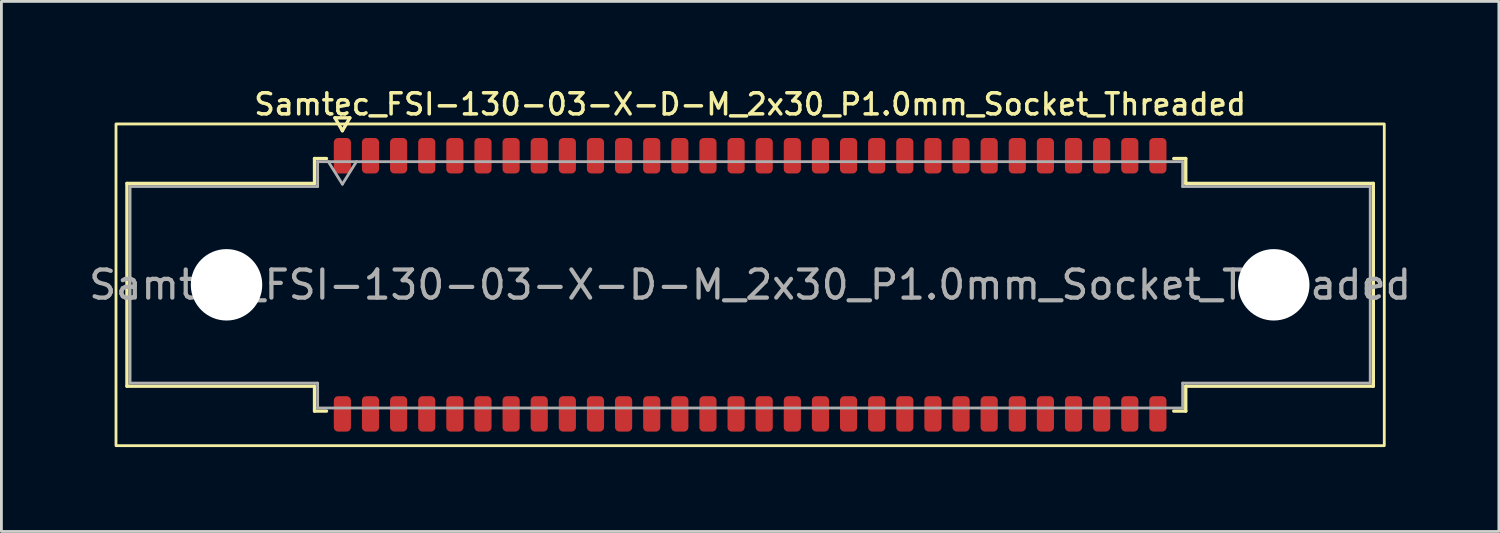
<source format=kicad_pcb>
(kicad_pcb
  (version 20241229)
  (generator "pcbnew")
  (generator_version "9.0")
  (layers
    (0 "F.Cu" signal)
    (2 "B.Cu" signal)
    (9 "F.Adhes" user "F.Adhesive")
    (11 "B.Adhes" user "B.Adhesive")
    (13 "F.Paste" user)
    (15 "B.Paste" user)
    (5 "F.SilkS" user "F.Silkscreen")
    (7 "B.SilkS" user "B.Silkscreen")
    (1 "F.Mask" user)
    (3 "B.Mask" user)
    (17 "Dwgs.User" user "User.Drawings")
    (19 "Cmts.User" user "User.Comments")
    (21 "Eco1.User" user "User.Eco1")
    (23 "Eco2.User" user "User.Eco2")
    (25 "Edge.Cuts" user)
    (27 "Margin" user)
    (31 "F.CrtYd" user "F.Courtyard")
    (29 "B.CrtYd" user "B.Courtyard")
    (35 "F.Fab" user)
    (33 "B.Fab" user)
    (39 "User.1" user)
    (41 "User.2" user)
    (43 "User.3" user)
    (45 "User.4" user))
  (footprint "Samtec_FSI-130-03-X-D-M_2x30_P1.0mm_Socket_Threaded"
    (layer "F.Cu")
    (at 23.625 7.078)
    (property "Reference" "Samtec_FSI-130-03-X-D-M_2x30_P1.0mm_Socket_Threaded" (at 0 -6.42 0) (layer "F.SilkS") (effects (font (size 0.75 0.75) (thickness 0.125))))
    (attr smd)
    (fp_line (start -22.16 -3.605) (end -15.49 -3.605) (stroke (width 0.12) (type solid)) (layer "F.SilkS"))
    (fp_line (start -22.16 3.605) (end -22.16 -3.605) (stroke (width 0.12) (type solid)) (layer "F.SilkS"))
    (fp_line (start -15.49 -4.49) (end -15.065 -4.49) (stroke (width 0.12) (type solid)) (layer "F.SilkS"))
    (fp_line (start -15.49 -3.605) (end -15.49 -4.49) (stroke (width 0.12) (type solid)) (layer "F.SilkS"))
    (fp_line (start -15.49 3.605) (end -22.16 3.605) (stroke (width 0.12) (type solid)) (layer "F.SilkS"))
    (fp_line (start -15.49 4.49) (end -15.49 3.605) (stroke (width 0.12) (type solid)) (layer "F.SilkS"))
    (fp_line (start -15.065 4.49) (end -15.49 4.49) (stroke (width 0.12) (type solid)) (layer "F.SilkS"))
    (fp_line (start -14.764 -5.938) (end -14.5 -5.48) (stroke (width 0.12) (type solid)) (layer "F.SilkS"))
    (fp_line (start -14.5 -5.48) (end -14.236 -5.938) (stroke (width 0.12) (type solid)) (layer "F.SilkS"))
    (fp_line (start -14.236 -5.938) (end -14.764 -5.938) (stroke (width 0.12) (type solid)) (layer "F.SilkS"))
    (fp_line (start 15.065 -4.49) (end 15.49 -4.49) (stroke (width 0.12) (type solid)) (layer "F.SilkS"))
    (fp_line (start 15.49 -4.49) (end 15.49 -3.605) (stroke (width 0.12) (type solid)) (layer "F.SilkS"))
    (fp_line (start 15.49 -3.605) (end 22.16 -3.605) (stroke (width 0.12) (type solid)) (layer "F.SilkS"))
    (fp_line (start 15.49 3.605) (end 15.49 4.49) (stroke (width 0.12) (type solid)) (layer "F.SilkS"))
    (fp_line (start 15.49 4.49) (end 15.065 4.49) (stroke (width 0.12) (type solid)) (layer "F.SilkS"))
    (fp_line (start 22.16 -3.605) (end 22.16 3.605) (stroke (width 0.12) (type solid)) (layer "F.SilkS"))
    (fp_line (start 22.16 3.605) (end 15.49 3.605) (stroke (width 0.12) (type solid)) (layer "F.SilkS"))
    (fp_rect (start -22.55 -5.72) (end 22.55 5.72) (stroke (width 0.1) (type solid)) (fill no) (layer "F.SilkS"))
    (fp_line (start -22.05 -3.495) (end -15.38 -3.495) (stroke (width 0.1) (type solid)) (layer "F.Fab"))
    (fp_line (start -22.05 3.495) (end -22.05 -3.495) (stroke (width 0.1) (type solid)) (layer "F.Fab"))
    (fp_line (start -15.38 -4.38) (end 15.38 -4.38) (stroke (width 0.1) (type solid)) (layer "F.Fab"))
    (fp_line (start -15.38 -3.495) (end -15.38 -4.38) (stroke (width 0.1) (type solid)) (layer "F.Fab"))
    (fp_line (start -15.38 3.495) (end -22.05 3.495) (stroke (width 0.1) (type solid)) (layer "F.Fab"))
    (fp_line (start -15.38 4.38) (end -15.38 3.495) (stroke (width 0.1) (type solid)) (layer "F.Fab"))
    (fp_line (start -15 -4.38) (end -14.5 -3.58) (stroke (width 0.1) (type solid)) (layer "F.Fab"))
    (fp_line (start -14.5 -3.58) (end -14 -4.38) (stroke (width 0.1) (type solid)) (layer "F.Fab"))
    (fp_line (start 15.38 -4.38) (end 15.38 -3.495) (stroke (width 0.1) (type solid)) (layer "F.Fab"))
    (fp_line (start 15.38 -3.495) (end 22.05 -3.495) (stroke (width 0.1) (type solid)) (layer "F.Fab"))
    (fp_line (start 15.38 3.495) (end 15.38 4.38) (stroke (width 0.1) (type solid)) (layer "F.Fab"))
    (fp_line (start 15.38 4.38) (end -15.38 4.38) (stroke (width 0.1) (type solid)) (layer "F.Fab"))
    (fp_line (start 22.05 -3.495) (end 22.05 3.495) (stroke (width 0.1) (type solid)) (layer "F.Fab"))
    (fp_line (start 22.05 3.495) (end 15.38 3.495) (stroke (width 0.1) (type solid)) (layer "F.Fab"))
    (fp_text user "${REFERENCE}" (at 0 0 0) (layer "F.Fab") (effects (font (size 1 1) (thickness 0.15))))
    (pad "" np_thru_hole circle (at -18.62 0) (size 2.54 2.54) (drill 2.54) (layers "*.Cu" "*.Mask"))
    (pad "" np_thru_hole circle (at 18.62 0) (size 2.54 2.54) (drill 2.54) (layers "*.Cu" "*.Mask"))
    (pad "1" smd roundrect (at -14.5 -4.59) (size 0.61 1.26) (layers "F.Cu" "F.Mask" "F.Paste") (roundrect_rratio 0.25))
    (pad "2" smd roundrect (at -14.5 4.59) (size 0.61 1.26) (layers "F.Cu" "F.Mask" "F.Paste") (roundrect_rratio 0.25))
    (pad "3" smd roundrect (at -13.5 -4.59) (size 0.61 1.26) (layers "F.Cu" "F.Mask" "F.Paste") (roundrect_rratio 0.25))
    (pad "4" smd roundrect (at -13.5 4.59) (size 0.61 1.26) (layers "F.Cu" "F.Mask" "F.Paste") (roundrect_rratio 0.25))
    (pad "5" smd roundrect (at -12.5 -4.59) (size 0.61 1.26) (layers "F.Cu" "F.Mask" "F.Paste") (roundrect_rratio 0.25))
    (pad "6" smd roundrect (at -12.5 4.59) (size 0.61 1.26) (layers "F.Cu" "F.Mask" "F.Paste") (roundrect_rratio 0.25))
    (pad "7" smd roundrect (at -11.5 -4.59) (size 0.61 1.26) (layers "F.Cu" "F.Mask" "F.Paste") (roundrect_rratio 0.25))
    (pad "8" smd roundrect (at -11.5 4.59) (size 0.61 1.26) (layers "F.Cu" "F.Mask" "F.Paste") (roundrect_rratio 0.25))
    (pad "9" smd roundrect (at -10.5 -4.59) (size 0.61 1.26) (layers "F.Cu" "F.Mask" "F.Paste") (roundrect_rratio 0.25))
    (pad "10" smd roundrect (at -10.5 4.59) (size 0.61 1.26) (layers "F.Cu" "F.Mask" "F.Paste") (roundrect_rratio 0.25))
    (pad "11" smd roundrect (at -9.5 -4.59) (size 0.61 1.26) (layers "F.Cu" "F.Mask" "F.Paste") (roundrect_rratio 0.25))
    (pad "12" smd roundrect (at -9.5 4.59) (size 0.61 1.26) (layers "F.Cu" "F.Mask" "F.Paste") (roundrect_rratio 0.25))
    (pad "13" smd roundrect (at -8.5 -4.59) (size 0.61 1.26) (layers "F.Cu" "F.Mask" "F.Paste") (roundrect_rratio 0.25))
    (pad "14" smd roundrect (at -8.5 4.59) (size 0.61 1.26) (layers "F.Cu" "F.Mask" "F.Paste") (roundrect_rratio 0.25))
    (pad "15" smd roundrect (at -7.5 -4.59) (size 0.61 1.26) (layers "F.Cu" "F.Mask" "F.Paste") (roundrect_rratio 0.25))
    (pad "16" smd roundrect (at -7.5 4.59) (size 0.61 1.26) (layers "F.Cu" "F.Mask" "F.Paste") (roundrect_rratio 0.25))
    (pad "17" smd roundrect (at -6.5 -4.59) (size 0.61 1.26) (layers "F.Cu" "F.Mask" "F.Paste") (roundrect_rratio 0.25))
    (pad "18" smd roundrect (at -6.5 4.59) (size 0.61 1.26) (layers "F.Cu" "F.Mask" "F.Paste") (roundrect_rratio 0.25))
    (pad "19" smd roundrect (at -5.5 -4.59) (size 0.61 1.26) (layers "F.Cu" "F.Mask" "F.Paste") (roundrect_rratio 0.25))
    (pad "20" smd roundrect (at -5.5 4.59) (size 0.61 1.26) (layers "F.Cu" "F.Mask" "F.Paste") (roundrect_rratio 0.25))
    (pad "21" smd roundrect (at -4.5 -4.59) (size 0.61 1.26) (layers "F.Cu" "F.Mask" "F.Paste") (roundrect_rratio 0.25))
    (pad "22" smd roundrect (at -4.5 4.59) (size 0.61 1.26) (layers "F.Cu" "F.Mask" "F.Paste") (roundrect_rratio 0.25))
    (pad "23" smd roundrect (at -3.5 -4.59) (size 0.61 1.26) (layers "F.Cu" "F.Mask" "F.Paste") (roundrect_rratio 0.25))
    (pad "24" smd roundrect (at -3.5 4.59) (size 0.61 1.26) (layers "F.Cu" "F.Mask" "F.Paste") (roundrect_rratio 0.25))
    (pad "25" smd roundrect (at -2.5 -4.59) (size 0.61 1.26) (layers "F.Cu" "F.Mask" "F.Paste") (roundrect_rratio 0.25))
    (pad "26" smd roundrect (at -2.5 4.59) (size 0.61 1.26) (layers "F.Cu" "F.Mask" "F.Paste") (roundrect_rratio 0.25))
    (pad "27" smd roundrect (at -1.5 -4.59) (size 0.61 1.26) (layers "F.Cu" "F.Mask" "F.Paste") (roundrect_rratio 0.25))
    (pad "28" smd roundrect (at -1.5 4.59) (size 0.61 1.26) (layers "F.Cu" "F.Mask" "F.Paste") (roundrect_rratio 0.25))
    (pad "29" smd roundrect (at -0.5 -4.59) (size 0.61 1.26) (layers "F.Cu" "F.Mask" "F.Paste") (roundrect_rratio 0.25))
    (pad "30" smd roundrect (at -0.5 4.59) (size 0.61 1.26) (layers "F.Cu" "F.Mask" "F.Paste") (roundrect_rratio 0.25))
    (pad "31" smd roundrect (at 0.5 -4.59) (size 0.61 1.26) (layers "F.Cu" "F.Mask" "F.Paste") (roundrect_rratio 0.25))
    (pad "32" smd roundrect (at 0.5 4.59) (size 0.61 1.26) (layers "F.Cu" "F.Mask" "F.Paste") (roundrect_rratio 0.25))
    (pad "33" smd roundrect (at 1.5 -4.59) (size 0.61 1.26) (layers "F.Cu" "F.Mask" "F.Paste") (roundrect_rratio 0.25))
    (pad "34" smd roundrect (at 1.5 4.59) (size 0.61 1.26) (layers "F.Cu" "F.Mask" "F.Paste") (roundrect_rratio 0.25))
    (pad "35" smd roundrect (at 2.5 -4.59) (size 0.61 1.26) (layers "F.Cu" "F.Mask" "F.Paste") (roundrect_rratio 0.25))
    (pad "36" smd roundrect (at 2.5 4.59) (size 0.61 1.26) (layers "F.Cu" "F.Mask" "F.Paste") (roundrect_rratio 0.25))
    (pad "37" smd roundrect (at 3.5 -4.59) (size 0.61 1.26) (layers "F.Cu" "F.Mask" "F.Paste") (roundrect_rratio 0.25))
    (pad "38" smd roundrect (at 3.5 4.59) (size 0.61 1.26) (layers "F.Cu" "F.Mask" "F.Paste") (roundrect_rratio 0.25))
    (pad "39" smd roundrect (at 4.5 -4.59) (size 0.61 1.26) (layers "F.Cu" "F.Mask" "F.Paste") (roundrect_rratio 0.25))
    (pad "40" smd roundrect (at 4.5 4.59) (size 0.61 1.26) (layers "F.Cu" "F.Mask" "F.Paste") (roundrect_rratio 0.25))
    (pad "41" smd roundrect (at 5.5 -4.59) (size 0.61 1.26) (layers "F.Cu" "F.Mask" "F.Paste") (roundrect_rratio 0.25))
    (pad "42" smd roundrect (at 5.5 4.59) (size 0.61 1.26) (layers "F.Cu" "F.Mask" "F.Paste") (roundrect_rratio 0.25))
    (pad "43" smd roundrect (at 6.5 -4.59) (size 0.61 1.26) (layers "F.Cu" "F.Mask" "F.Paste") (roundrect_rratio 0.25))
    (pad "44" smd roundrect (at 6.5 4.59) (size 0.61 1.26) (layers "F.Cu" "F.Mask" "F.Paste") (roundrect_rratio 0.25))
    (pad "45" smd roundrect (at 7.5 -4.59) (size 0.61 1.26) (layers "F.Cu" "F.Mask" "F.Paste") (roundrect_rratio 0.25))
    (pad "46" smd roundrect (at 7.5 4.59) (size 0.61 1.26) (layers "F.Cu" "F.Mask" "F.Paste") (roundrect_rratio 0.25))
    (pad "47" smd roundrect (at 8.5 -4.59) (size 0.61 1.26) (layers "F.Cu" "F.Mask" "F.Paste") (roundrect_rratio 0.25))
    (pad "48" smd roundrect (at 8.5 4.59) (size 0.61 1.26) (layers "F.Cu" "F.Mask" "F.Paste") (roundrect_rratio 0.25))
    (pad "49" smd roundrect (at 9.5 -4.59) (size 0.61 1.26) (layers "F.Cu" "F.Mask" "F.Paste") (roundrect_rratio 0.25))
    (pad "50" smd roundrect (at 9.5 4.59) (size 0.61 1.26) (layers "F.Cu" "F.Mask" "F.Paste") (roundrect_rratio 0.25))
    (pad "51" smd roundrect (at 10.5 -4.59) (size 0.61 1.26) (layers "F.Cu" "F.Mask" "F.Paste") (roundrect_rratio 0.25))
    (pad "52" smd roundrect (at 10.5 4.59) (size 0.61 1.26) (layers "F.Cu" "F.Mask" "F.Paste") (roundrect_rratio 0.25))
    (pad "53" smd roundrect (at 11.5 -4.59) (size 0.61 1.26) (layers "F.Cu" "F.Mask" "F.Paste") (roundrect_rratio 0.25))
    (pad "54" smd roundrect (at 11.5 4.59) (size 0.61 1.26) (layers "F.Cu" "F.Mask" "F.Paste") (roundrect_rratio 0.25))
    (pad "55" smd roundrect (at 12.5 -4.59) (size 0.61 1.26) (layers "F.Cu" "F.Mask" "F.Paste") (roundrect_rratio 0.25))
    (pad "56" smd roundrect (at 12.5 4.59) (size 0.61 1.26) (layers "F.Cu" "F.Mask" "F.Paste") (roundrect_rratio 0.25))
    (pad "57" smd roundrect (at 13.5 -4.59) (size 0.61 1.26) (layers "F.Cu" "F.Mask" "F.Paste") (roundrect_rratio 0.25))
    (pad "58" smd roundrect (at 13.5 4.59) (size 0.61 1.26) (layers "F.Cu" "F.Mask" "F.Paste") (roundrect_rratio 0.25))
    (pad "59" smd roundrect (at 14.5 -4.59) (size 0.61 1.26) (layers "F.Cu" "F.Mask" "F.Paste") (roundrect_rratio 0.25))
    (pad "60" smd roundrect (at 14.5 4.59) (size 0.61 1.26) (layers "F.Cu" "F.Mask" "F.Paste") (roundrect_rratio 0.25)))
  (gr_rect
    (start -3 -3)
    (end 50.25 15.848)
    (stroke (width 0.1) (type default))
    (fill no)
    (layer "Edge.Cuts")))
</source>
